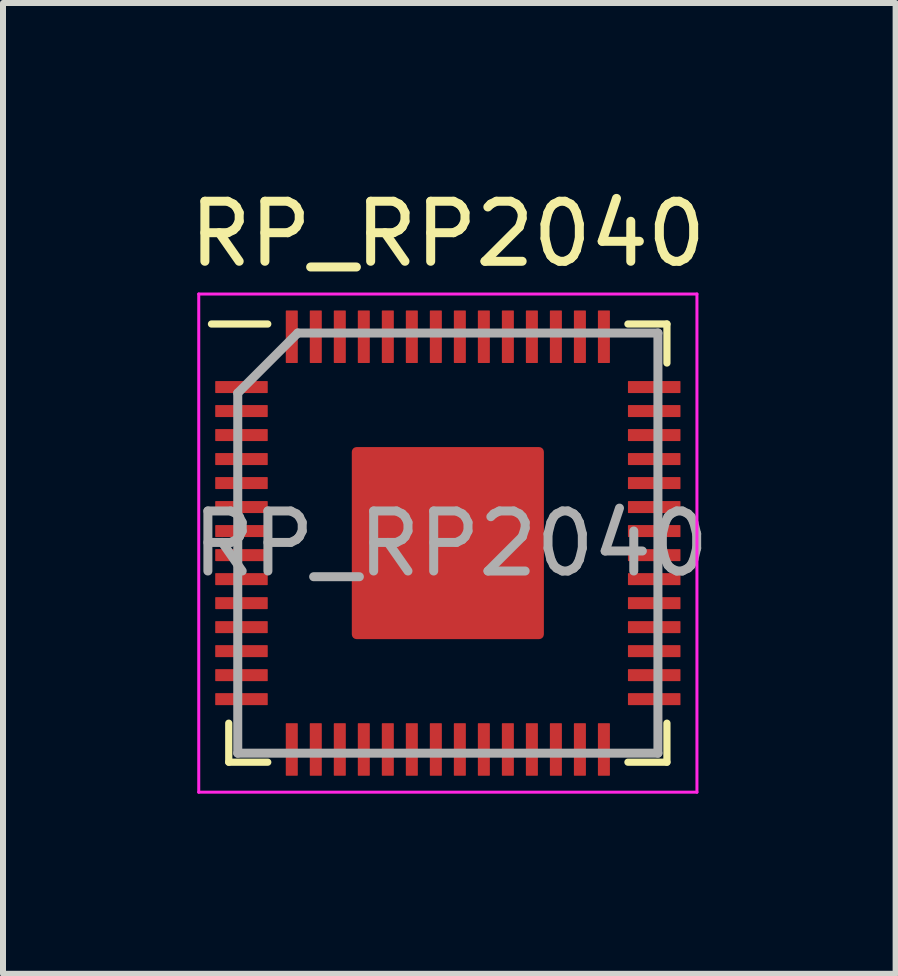
<source format=kicad_pcb>
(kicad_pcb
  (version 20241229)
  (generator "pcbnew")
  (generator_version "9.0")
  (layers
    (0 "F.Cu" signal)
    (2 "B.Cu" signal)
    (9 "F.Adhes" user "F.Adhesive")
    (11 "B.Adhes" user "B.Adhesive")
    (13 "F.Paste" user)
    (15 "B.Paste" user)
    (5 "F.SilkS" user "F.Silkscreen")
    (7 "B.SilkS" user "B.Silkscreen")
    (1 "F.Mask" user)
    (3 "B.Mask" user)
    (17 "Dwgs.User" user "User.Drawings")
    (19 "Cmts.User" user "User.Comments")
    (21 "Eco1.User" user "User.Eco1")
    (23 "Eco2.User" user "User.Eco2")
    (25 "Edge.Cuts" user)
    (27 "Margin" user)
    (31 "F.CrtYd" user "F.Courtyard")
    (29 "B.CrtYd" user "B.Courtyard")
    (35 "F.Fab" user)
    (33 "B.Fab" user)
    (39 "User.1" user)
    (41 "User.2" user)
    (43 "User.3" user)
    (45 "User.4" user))
  (footprint "RP_RP2040"
    (layer "F.Cu")
    (at 4.411 5.998)
    (property "Reference" "RP_RP2040" (at 0 -5.15 0) (layer "F.SilkS") (effects (font (size 1 1) (thickness 0.15))))
    (attr smd)
    (fp_line (start -3.65 3.65) (end -3.65 3) (stroke (width 0.12) (type solid)) (layer "F.SilkS"))
    (fp_line (start -3 -3.65) (end -3.938 -3.65) (stroke (width 0.12) (type solid)) (layer "F.SilkS"))
    (fp_line (start -3 3.65) (end -3.65 3.65) (stroke (width 0.12) (type solid)) (layer "F.SilkS"))
    (fp_line (start 3 -3.65) (end 3.65 -3.65) (stroke (width 0.12) (type solid)) (layer "F.SilkS"))
    (fp_line (start 3 3.65) (end 3.65 3.65) (stroke (width 0.12) (type solid)) (layer "F.SilkS"))
    (fp_line (start 3.65 -3.65) (end 3.65 -3) (stroke (width 0.12) (type solid)) (layer "F.SilkS"))
    (fp_line (start 3.65 3.65) (end 3.65 3) (stroke (width 0.12) (type solid)) (layer "F.SilkS"))
    (fp_poly (pts (xy -3.225 -2.65) (xy -3.225 -2.55) (xy -3.775 -2.55) (xy -3.775 -2.65)) (stroke (width 0.1) (type solid)) (fill yes) (layer "F.Paste"))
    (fp_poly (pts (xy -3.225 -2.25) (xy -3.225 -2.15) (xy -3.775 -2.15) (xy -3.775 -2.25)) (stroke (width 0.1) (type solid)) (fill yes) (layer "F.Paste"))
    (fp_poly (pts (xy -3.225 -1.85) (xy -3.225 -1.75) (xy -3.775 -1.75) (xy -3.775 -1.85)) (stroke (width 0.1) (type solid)) (fill yes) (layer "F.Paste"))
    (fp_poly (pts (xy -3.225 -1.45) (xy -3.225 -1.35) (xy -3.775 -1.35) (xy -3.775 -1.45)) (stroke (width 0.1) (type solid)) (fill yes) (layer "F.Paste"))
    (fp_poly (pts (xy -3.225 -1.05) (xy -3.225 -0.95) (xy -3.775 -0.95) (xy -3.775 -1.05)) (stroke (width 0.1) (type solid)) (fill yes) (layer "F.Paste"))
    (fp_poly (pts (xy -3.225 -0.65) (xy -3.225 -0.55) (xy -3.775 -0.55) (xy -3.775 -0.65)) (stroke (width 0.1) (type solid)) (fill yes) (layer "F.Paste"))
    (fp_poly (pts (xy -3.225 -0.25) (xy -3.225 -0.15) (xy -3.775 -0.15) (xy -3.775 -0.25)) (stroke (width 0.1) (type solid)) (fill yes) (layer "F.Paste"))
    (fp_poly (pts (xy -3.225 0.15) (xy -3.225 0.25) (xy -3.775 0.25) (xy -3.775 0.15)) (stroke (width 0.1) (type solid)) (fill yes) (layer "F.Paste"))
    (fp_poly (pts (xy -3.225 0.55) (xy -3.225 0.65) (xy -3.775 0.65) (xy -3.775 0.55)) (stroke (width 0.1) (type solid)) (fill yes) (layer "F.Paste"))
    (fp_poly (pts (xy -3.225 0.95) (xy -3.225 1.05) (xy -3.775 1.05) (xy -3.775 0.95)) (stroke (width 0.1) (type solid)) (fill yes) (layer "F.Paste"))
    (fp_poly (pts (xy -3.225 1.35) (xy -3.225 1.45) (xy -3.775 1.45) (xy -3.775 1.35)) (stroke (width 0.1) (type solid)) (fill yes) (layer "F.Paste"))
    (fp_poly (pts (xy -3.225 1.75) (xy -3.225 1.85) (xy -3.775 1.85) (xy -3.775 1.75)) (stroke (width 0.1) (type solid)) (fill yes) (layer "F.Paste"))
    (fp_poly (pts (xy -3.225 2.15) (xy -3.225 2.25) (xy -3.775 2.25) (xy -3.775 2.15)) (stroke (width 0.1) (type solid)) (fill yes) (layer "F.Paste"))
    (fp_poly (pts (xy -3.225 2.55) (xy -3.225 2.65) (xy -3.775 2.65) (xy -3.775 2.55)) (stroke (width 0.1) (type solid)) (fill yes) (layer "F.Paste"))
    (fp_poly (pts (xy -2.65 3.225) (xy -2.55 3.225) (xy -2.55 3.775) (xy -2.65 3.775)) (stroke (width 0.1) (type solid)) (fill yes) (layer "F.Paste"))
    (fp_poly (pts (xy -2.55 -3.225) (xy -2.65 -3.225) (xy -2.65 -3.775) (xy -2.55 -3.775)) (stroke (width 0.1) (type solid)) (fill yes) (layer "F.Paste"))
    (fp_poly (pts (xy -2.25 3.225) (xy -2.15 3.225) (xy -2.15 3.775) (xy -2.25 3.775)) (stroke (width 0.1) (type solid)) (fill yes) (layer "F.Paste"))
    (fp_poly (pts (xy -2.15 -3.225) (xy -2.25 -3.225) (xy -2.25 -3.775) (xy -2.15 -3.775)) (stroke (width 0.1) (type solid)) (fill yes) (layer "F.Paste"))
    (fp_poly (pts (xy -1.85 3.225) (xy -1.75 3.225) (xy -1.75 3.775) (xy -1.85 3.775)) (stroke (width 0.1) (type solid)) (fill yes) (layer "F.Paste"))
    (fp_poly (pts (xy -1.75 -3.225) (xy -1.85 -3.225) (xy -1.85 -3.775) (xy -1.75 -3.775)) (stroke (width 0.1) (type solid)) (fill yes) (layer "F.Paste"))
    (fp_poly (pts (xy -1.45 3.225) (xy -1.35 3.225) (xy -1.35 3.775) (xy -1.45 3.775)) (stroke (width 0.1) (type solid)) (fill yes) (layer "F.Paste"))
    (fp_poly (pts (xy -1.35 -3.225) (xy -1.45 -3.225) (xy -1.45 -3.775) (xy -1.35 -3.775)) (stroke (width 0.1) (type solid)) (fill yes) (layer "F.Paste"))
    (fp_poly (pts (xy -1.05 3.225) (xy -0.95 3.225) (xy -0.95 3.775) (xy -1.05 3.775)) (stroke (width 0.1) (type solid)) (fill yes) (layer "F.Paste"))
    (fp_poly (pts (xy -0.95 -3.225) (xy -1.05 -3.225) (xy -1.05 -3.775) (xy -0.95 -3.775)) (stroke (width 0.1) (type solid)) (fill yes) (layer "F.Paste"))
    (fp_poly (pts (xy -0.65 3.225) (xy -0.55 3.225) (xy -0.55 3.775) (xy -0.65 3.775)) (stroke (width 0.1) (type solid)) (fill yes) (layer "F.Paste"))
    (fp_poly (pts (xy -0.55 -3.225) (xy -0.65 -3.225) (xy -0.65 -3.775) (xy -0.55 -3.775)) (stroke (width 0.1) (type solid)) (fill yes) (layer "F.Paste"))
    (fp_poly (pts (xy -0.3 -0.3) (xy -1.3 -0.3) (xy -1.3 -1.3) (xy -0.3 -1.3)) (stroke (width 0.12) (type solid)) (fill yes) (layer "F.Paste"))
    (fp_poly (pts (xy -0.3 1.3) (xy -1.3 1.3) (xy -1.3 0.3) (xy -0.3 0.3)) (stroke (width 0.12) (type solid)) (fill yes) (layer "F.Paste"))
    (fp_poly (pts (xy -0.25 3.225) (xy -0.15 3.225) (xy -0.15 3.775) (xy -0.25 3.775)) (stroke (width 0.1) (type solid)) (fill yes) (layer "F.Paste"))
    (fp_poly (pts (xy -0.15 -3.225) (xy -0.25 -3.225) (xy -0.25 -3.775) (xy -0.15 -3.775)) (stroke (width 0.1) (type solid)) (fill yes) (layer "F.Paste"))
    (fp_poly (pts (xy 0.15 3.225) (xy 0.25 3.225) (xy 0.25 3.775) (xy 0.15 3.775)) (stroke (width 0.1) (type solid)) (fill yes) (layer "F.Paste"))
    (fp_poly (pts (xy 0.25 -3.225) (xy 0.15 -3.225) (xy 0.15 -3.775) (xy 0.25 -3.775)) (stroke (width 0.1) (type solid)) (fill yes) (layer "F.Paste"))
    (fp_poly (pts (xy 0.55 3.225) (xy 0.65 3.225) (xy 0.65 3.775) (xy 0.55 3.775)) (stroke (width 0.1) (type solid)) (fill yes) (layer "F.Paste"))
    (fp_poly (pts (xy 0.65 -3.225) (xy 0.55 -3.225) (xy 0.55 -3.775) (xy 0.65 -3.775)) (stroke (width 0.1) (type solid)) (fill yes) (layer "F.Paste"))
    (fp_poly (pts (xy 0.95 3.225) (xy 1.05 3.225) (xy 1.05 3.775) (xy 0.95 3.775)) (stroke (width 0.1) (type solid)) (fill yes) (layer "F.Paste"))
    (fp_poly (pts (xy 1.05 -3.225) (xy 0.95 -3.225) (xy 0.95 -3.775) (xy 1.05 -3.775)) (stroke (width 0.1) (type solid)) (fill yes) (layer "F.Paste"))
    (fp_poly (pts (xy 1.3 -0.3) (xy 0.3 -0.3) (xy 0.3 -1.3) (xy 1.3 -1.3)) (stroke (width 0.12) (type solid)) (fill yes) (layer "F.Paste"))
    (fp_poly (pts (xy 1.3 1.3) (xy 0.3 1.3) (xy 0.3 0.3) (xy 1.3 0.3)) (stroke (width 0.12) (type solid)) (fill yes) (layer "F.Paste"))
    (fp_poly (pts (xy 1.35 3.225) (xy 1.45 3.225) (xy 1.45 3.775) (xy 1.35 3.775)) (stroke (width 0.1) (type solid)) (fill yes) (layer "F.Paste"))
    (fp_poly (pts (xy 1.45 -3.225) (xy 1.35 -3.225) (xy 1.35 -3.775) (xy 1.45 -3.775)) (stroke (width 0.1) (type solid)) (fill yes) (layer "F.Paste"))
    (fp_poly (pts (xy 1.75 3.225) (xy 1.85 3.225) (xy 1.85 3.775) (xy 1.75 3.775)) (stroke (width 0.1) (type solid)) (fill yes) (layer "F.Paste"))
    (fp_poly (pts (xy 1.85 -3.225) (xy 1.75 -3.225) (xy 1.75 -3.775) (xy 1.85 -3.775)) (stroke (width 0.1) (type solid)) (fill yes) (layer "F.Paste"))
    (fp_poly (pts (xy 2.15 3.225) (xy 2.25 3.225) (xy 2.25 3.775) (xy 2.15 3.775)) (stroke (width 0.1) (type solid)) (fill yes) (layer "F.Paste"))
    (fp_poly (pts (xy 2.25 -3.225) (xy 2.15 -3.225) (xy 2.15 -3.775) (xy 2.25 -3.775)) (stroke (width 0.1) (type solid)) (fill yes) (layer "F.Paste"))
    (fp_poly (pts (xy 2.55 3.225) (xy 2.65 3.225) (xy 2.65 3.775) (xy 2.55 3.775)) (stroke (width 0.1) (type solid)) (fill yes) (layer "F.Paste"))
    (fp_poly (pts (xy 2.65 -3.225) (xy 2.55 -3.225) (xy 2.55 -3.775) (xy 2.65 -3.775)) (stroke (width 0.1) (type solid)) (fill yes) (layer "F.Paste"))
    (fp_poly (pts (xy 3.225 -2.55) (xy 3.225 -2.65) (xy 3.775 -2.65) (xy 3.775 -2.55)) (stroke (width 0.1) (type solid)) (fill yes) (layer "F.Paste"))
    (fp_poly (pts (xy 3.225 -2.15) (xy 3.225 -2.25) (xy 3.775 -2.25) (xy 3.775 -2.15)) (stroke (width 0.1) (type solid)) (fill yes) (layer "F.Paste"))
    (fp_poly (pts (xy 3.225 -1.75) (xy 3.225 -1.85) (xy 3.775 -1.85) (xy 3.775 -1.75)) (stroke (width 0.1) (type solid)) (fill yes) (layer "F.Paste"))
    (fp_poly (pts (xy 3.225 -1.35) (xy 3.225 -1.45) (xy 3.775 -1.45) (xy 3.775 -1.35)) (stroke (width 0.1) (type solid)) (fill yes) (layer "F.Paste"))
    (fp_poly (pts (xy 3.225 -0.95) (xy 3.225 -1.05) (xy 3.775 -1.05) (xy 3.775 -0.95)) (stroke (width 0.1) (type solid)) (fill yes) (layer "F.Paste"))
    (fp_poly (pts (xy 3.225 -0.55) (xy 3.225 -0.65) (xy 3.775 -0.65) (xy 3.775 -0.55)) (stroke (width 0.1) (type solid)) (fill yes) (layer "F.Paste"))
    (fp_poly (pts (xy 3.225 -0.15) (xy 3.225 -0.25) (xy 3.775 -0.25) (xy 3.775 -0.15)) (stroke (width 0.1) (type solid)) (fill yes) (layer "F.Paste"))
    (fp_poly (pts (xy 3.225 0.25) (xy 3.225 0.15) (xy 3.775 0.15) (xy 3.775 0.25)) (stroke (width 0.1) (type solid)) (fill yes) (layer "F.Paste"))
    (fp_poly (pts (xy 3.225 0.65) (xy 3.225 0.55) (xy 3.775 0.55) (xy 3.775 0.65)) (stroke (width 0.1) (type solid)) (fill yes) (layer "F.Paste"))
    (fp_poly (pts (xy 3.225 1.05) (xy 3.225 0.95) (xy 3.775 0.95) (xy 3.775 1.05)) (stroke (width 0.1) (type solid)) (fill yes) (layer "F.Paste"))
    (fp_poly (pts (xy 3.225 1.45) (xy 3.225 1.35) (xy 3.775 1.35) (xy 3.775 1.45)) (stroke (width 0.1) (type solid)) (fill yes) (layer "F.Paste"))
    (fp_poly (pts (xy 3.225 1.85) (xy 3.225 1.75) (xy 3.775 1.75) (xy 3.775 1.85)) (stroke (width 0.1) (type solid)) (fill yes) (layer "F.Paste"))
    (fp_poly (pts (xy 3.225 2.25) (xy 3.225 2.15) (xy 3.775 2.15) (xy 3.775 2.25)) (stroke (width 0.1) (type solid)) (fill yes) (layer "F.Paste"))
    (fp_poly (pts (xy 3.225 2.65) (xy 3.225 2.55) (xy 3.775 2.55) (xy 3.775 2.65)) (stroke (width 0.1) (type solid)) (fill yes) (layer "F.Paste"))
    (fp_line (start -4.15 -4.15) (end 4.15 -4.15) (stroke (width 0.05) (type solid)) (layer "F.CrtYd"))
    (fp_line (start -4.15 4.15) (end -4.15 -4.15) (stroke (width 0.05) (type solid)) (layer "F.CrtYd"))
    (fp_line (start 4.15 -4.15) (end 4.15 4.15) (stroke (width 0.05) (type solid)) (layer "F.CrtYd"))
    (fp_line (start 4.15 4.15) (end -4.15 4.15) (stroke (width 0.05) (type solid)) (layer "F.CrtYd"))
    (fp_line (start -3.5 -2.5) (end -3.5 3.5) (stroke (width 0.15) (type solid)) (layer "F.Fab"))
    (fp_line (start -3.5 3.5) (end 3.5 3.5) (stroke (width 0.15) (type solid)) (layer "F.Fab"))
    (fp_line (start -2.5 -3.5) (end -3.5 -2.5) (stroke (width 0.15) (type solid)) (layer "F.Fab"))
    (fp_line (start 3.5 -3.5) (end -2.5 -3.5) (stroke (width 0.15) (type solid)) (layer "F.Fab"))
    (fp_line (start 3.5 3.5) (end 3.5 -3.5) (stroke (width 0.15) (type solid)) (layer "F.Fab"))
    (fp_text user "${REFERENCE}" (at 0.05 0.01 0) (layer "F.Fab") (effects (font (size 1 1) (thickness 0.15))))
    (pad "1" smd roundrect (at -3.438 -2.6 90) (size 0.2 0.875) (layers "F.Cu" "F.Mask") (roundrect_rratio 0.05))
    (pad "2" smd roundrect (at -3.438 -2.2 90) (size 0.2 0.875) (layers "F.Cu" "F.Mask") (roundrect_rratio 0.05))
    (pad "3" smd roundrect (at -3.438 -1.8 90) (size 0.2 0.875) (layers "F.Cu" "F.Mask") (roundrect_rratio 0.05))
    (pad "4" smd roundrect (at -3.438 -1.4 90) (size 0.2 0.875) (layers "F.Cu" "F.Mask") (roundrect_rratio 0.05))
    (pad "5" smd roundrect (at -3.438 -1 90) (size 0.2 0.875) (layers "F.Cu" "F.Mask") (roundrect_rratio 0.05))
    (pad "6" smd roundrect (at -3.438 -0.6 90) (size 0.2 0.875) (layers "F.Cu" "F.Mask") (roundrect_rratio 0.05))
    (pad "7" smd roundrect (at -3.438 -0.2 90) (size 0.2 0.875) (layers "F.Cu" "F.Mask") (roundrect_rratio 0.05))
    (pad "8" smd roundrect (at -3.438 0.2 90) (size 0.2 0.875) (layers "F.Cu" "F.Mask") (roundrect_rratio 0.05))
    (pad "9" smd roundrect (at -3.438 0.6 90) (size 0.2 0.875) (layers "F.Cu" "F.Mask") (roundrect_rratio 0.05))
    (pad "10" smd roundrect (at -3.438 1 90) (size 0.2 0.875) (layers "F.Cu" "F.Mask") (roundrect_rratio 0.05))
    (pad "11" smd roundrect (at -3.438 1.4 90) (size 0.2 0.875) (layers "F.Cu" "F.Mask") (roundrect_rratio 0.05))
    (pad "12" smd roundrect (at -3.438 1.8 90) (size 0.2 0.875) (layers "F.Cu" "F.Mask") (roundrect_rratio 0.05))
    (pad "13" smd roundrect (at -3.438 2.2 90) (size 0.2 0.875) (layers "F.Cu" "F.Mask") (roundrect_rratio 0.05))
    (pad "14" smd roundrect (at -3.438 2.6 90) (size 0.2 0.875) (layers "F.Cu" "F.Mask") (roundrect_rratio 0.05))
    (pad "15" smd roundrect (at -2.6 3.438) (size 0.2 0.875) (layers "F.Cu" "F.Mask") (roundrect_rratio 0.05))
    (pad "16" smd roundrect (at -2.2 3.438) (size 0.2 0.875) (layers "F.Cu" "F.Mask") (roundrect_rratio 0.05))
    (pad "17" smd roundrect (at -1.8 3.438) (size 0.2 0.875) (layers "F.Cu" "F.Mask") (roundrect_rratio 0.05))
    (pad "18" smd roundrect (at -1.4 3.438) (size 0.2 0.875) (layers "F.Cu" "F.Mask") (roundrect_rratio 0.05))
    (pad "19" smd roundrect (at -1 3.438) (size 0.2 0.875) (layers "F.Cu" "F.Mask") (roundrect_rratio 0.05))
    (pad "20" smd roundrect (at -0.6 3.438) (size 0.2 0.875) (layers "F.Cu" "F.Mask") (roundrect_rratio 0.05))
    (pad "21" smd roundrect (at -0.2 3.438) (size 0.2 0.875) (layers "F.Cu" "F.Mask") (roundrect_rratio 0.05))
    (pad "22" smd roundrect (at 0.2 3.438) (size 0.2 0.875) (layers "F.Cu" "F.Mask") (roundrect_rratio 0.05))
    (pad "23" smd roundrect (at 0.6 3.438) (size 0.2 0.875) (layers "F.Cu" "F.Mask") (roundrect_rratio 0.05))
    (pad "24" smd roundrect (at 1 3.438) (size 0.2 0.875) (layers "F.Cu" "F.Mask") (roundrect_rratio 0.05))
    (pad "25" smd roundrect (at 1.4 3.438) (size 0.2 0.875) (layers "F.Cu" "F.Mask") (roundrect_rratio 0.05))
    (pad "26" smd roundrect (at 1.8 3.438) (size 0.2 0.875) (layers "F.Cu" "F.Mask") (roundrect_rratio 0.05))
    (pad "27" smd roundrect (at 2.2 3.438) (size 0.2 0.875) (layers "F.Cu" "F.Mask") (roundrect_rratio 0.05))
    (pad "28" smd roundrect (at 2.6 3.438) (size 0.2 0.875) (layers "F.Cu" "F.Mask") (roundrect_rratio 0.05))
    (pad "29" smd roundrect (at 3.438 2.6 90) (size 0.2 0.875) (layers "F.Cu" "F.Mask") (roundrect_rratio 0.05))
    (pad "30" smd roundrect (at 3.438 2.2 90) (size 0.2 0.875) (layers "F.Cu" "F.Mask") (roundrect_rratio 0.05))
    (pad "31" smd roundrect (at 3.438 1.8 90) (size 0.2 0.875) (layers "F.Cu" "F.Mask") (roundrect_rratio 0.05))
    (pad "32" smd roundrect (at 3.438 1.4 90) (size 0.2 0.875) (layers "F.Cu" "F.Mask") (roundrect_rratio 0.05))
    (pad "33" smd roundrect (at 3.438 1 90) (size 0.2 0.875) (layers "F.Cu" "F.Mask") (roundrect_rratio 0.05))
    (pad "34" smd roundrect (at 3.438 0.6 90) (size 0.2 0.875) (layers "F.Cu" "F.Mask") (roundrect_rratio 0.05))
    (pad "35" smd roundrect (at 3.438 0.2 90) (size 0.2 0.875) (layers "F.Cu" "F.Mask") (roundrect_rratio 0.05))
    (pad "36" smd roundrect (at 3.438 -0.2 90) (size 0.2 0.875) (layers "F.Cu" "F.Mask") (roundrect_rratio 0.05))
    (pad "37" smd roundrect (at 3.438 -0.6 90) (size 0.2 0.875) (layers "F.Cu" "F.Mask") (roundrect_rratio 0.05))
    (pad "38" smd roundrect (at 3.438 -1 90) (size 0.2 0.875) (layers "F.Cu" "F.Mask") (roundrect_rratio 0.05))
    (pad "39" smd roundrect (at 3.438 -1.4 90) (size 0.2 0.875) (layers "F.Cu" "F.Mask") (roundrect_rratio 0.05))
    (pad "40" smd roundrect (at 3.438 -1.8 90) (size 0.2 0.875) (layers "F.Cu" "F.Mask") (roundrect_rratio 0.05))
    (pad "41" smd roundrect (at 3.438 -2.2 90) (size 0.2 0.875) (layers "F.Cu" "F.Mask") (roundrect_rratio 0.05))
    (pad "42" smd roundrect (at 3.438 -2.6 90) (size 0.2 0.875) (layers "F.Cu" "F.Mask") (roundrect_rratio 0.05))
    (pad "43" smd roundrect (at 2.6 -3.438) (size 0.2 0.875) (layers "F.Cu" "F.Mask") (roundrect_rratio 0.05))
    (pad "44" smd roundrect (at 2.2 -3.438) (size 0.2 0.875) (layers "F.Cu" "F.Mask") (roundrect_rratio 0.05))
    (pad "45" smd roundrect (at 1.8 -3.438) (size 0.2 0.875) (layers "F.Cu" "F.Mask") (roundrect_rratio 0.05))
    (pad "46" smd roundrect (at 1.4 -3.438) (size 0.2 0.875) (layers "F.Cu" "F.Mask") (roundrect_rratio 0.05))
    (pad "47" smd roundrect (at 1 -3.438) (size 0.2 0.875) (layers "F.Cu" "F.Mask") (roundrect_rratio 0.05))
    (pad "48" smd roundrect (at 0.6 -3.438) (size 0.2 0.875) (layers "F.Cu" "F.Mask") (roundrect_rratio 0.05))
    (pad "49" smd roundrect (at 0.2 -3.438) (size 0.2 0.875) (layers "F.Cu" "F.Mask") (roundrect_rratio 0.05))
    (pad "50" smd roundrect (at -0.2 -3.438) (size 0.2 0.875) (layers "F.Cu" "F.Mask") (roundrect_rratio 0.05))
    (pad "51" smd roundrect (at -0.6 -3.438) (size 0.2 0.875) (layers "F.Cu" "F.Mask") (roundrect_rratio 0.05))
    (pad "52" smd roundrect (at -1 -3.438) (size 0.2 0.875) (layers "F.Cu" "F.Mask") (roundrect_rratio 0.05))
    (pad "53" smd roundrect (at -1.4 -3.438) (size 0.2 0.875) (layers "F.Cu" "F.Mask") (roundrect_rratio 0.05))
    (pad "54" smd roundrect (at -1.8 -3.438) (size 0.2 0.875) (layers "F.Cu" "F.Mask") (roundrect_rratio 0.05))
    (pad "55" smd roundrect (at -2.2 -3.438) (size 0.2 0.875) (layers "F.Cu" "F.Mask") (roundrect_rratio 0.05))
    (pad "56" smd roundrect (at -2.6 -3.438) (size 0.2 0.875) (layers "F.Cu" "F.Mask") (roundrect_rratio 0.05))
    (pad "57" smd roundrect (at 0 0) (size 3.2 3.2) (layers "F.Cu" "F.Mask") (roundrect_rratio 0.025)))
  (gr_rect
    (start -3 -3)
    (end 11.871 13.173)
    (stroke (width 0.1) (type default))
    (fill no)
    (layer "Edge.Cuts")))
</source>
